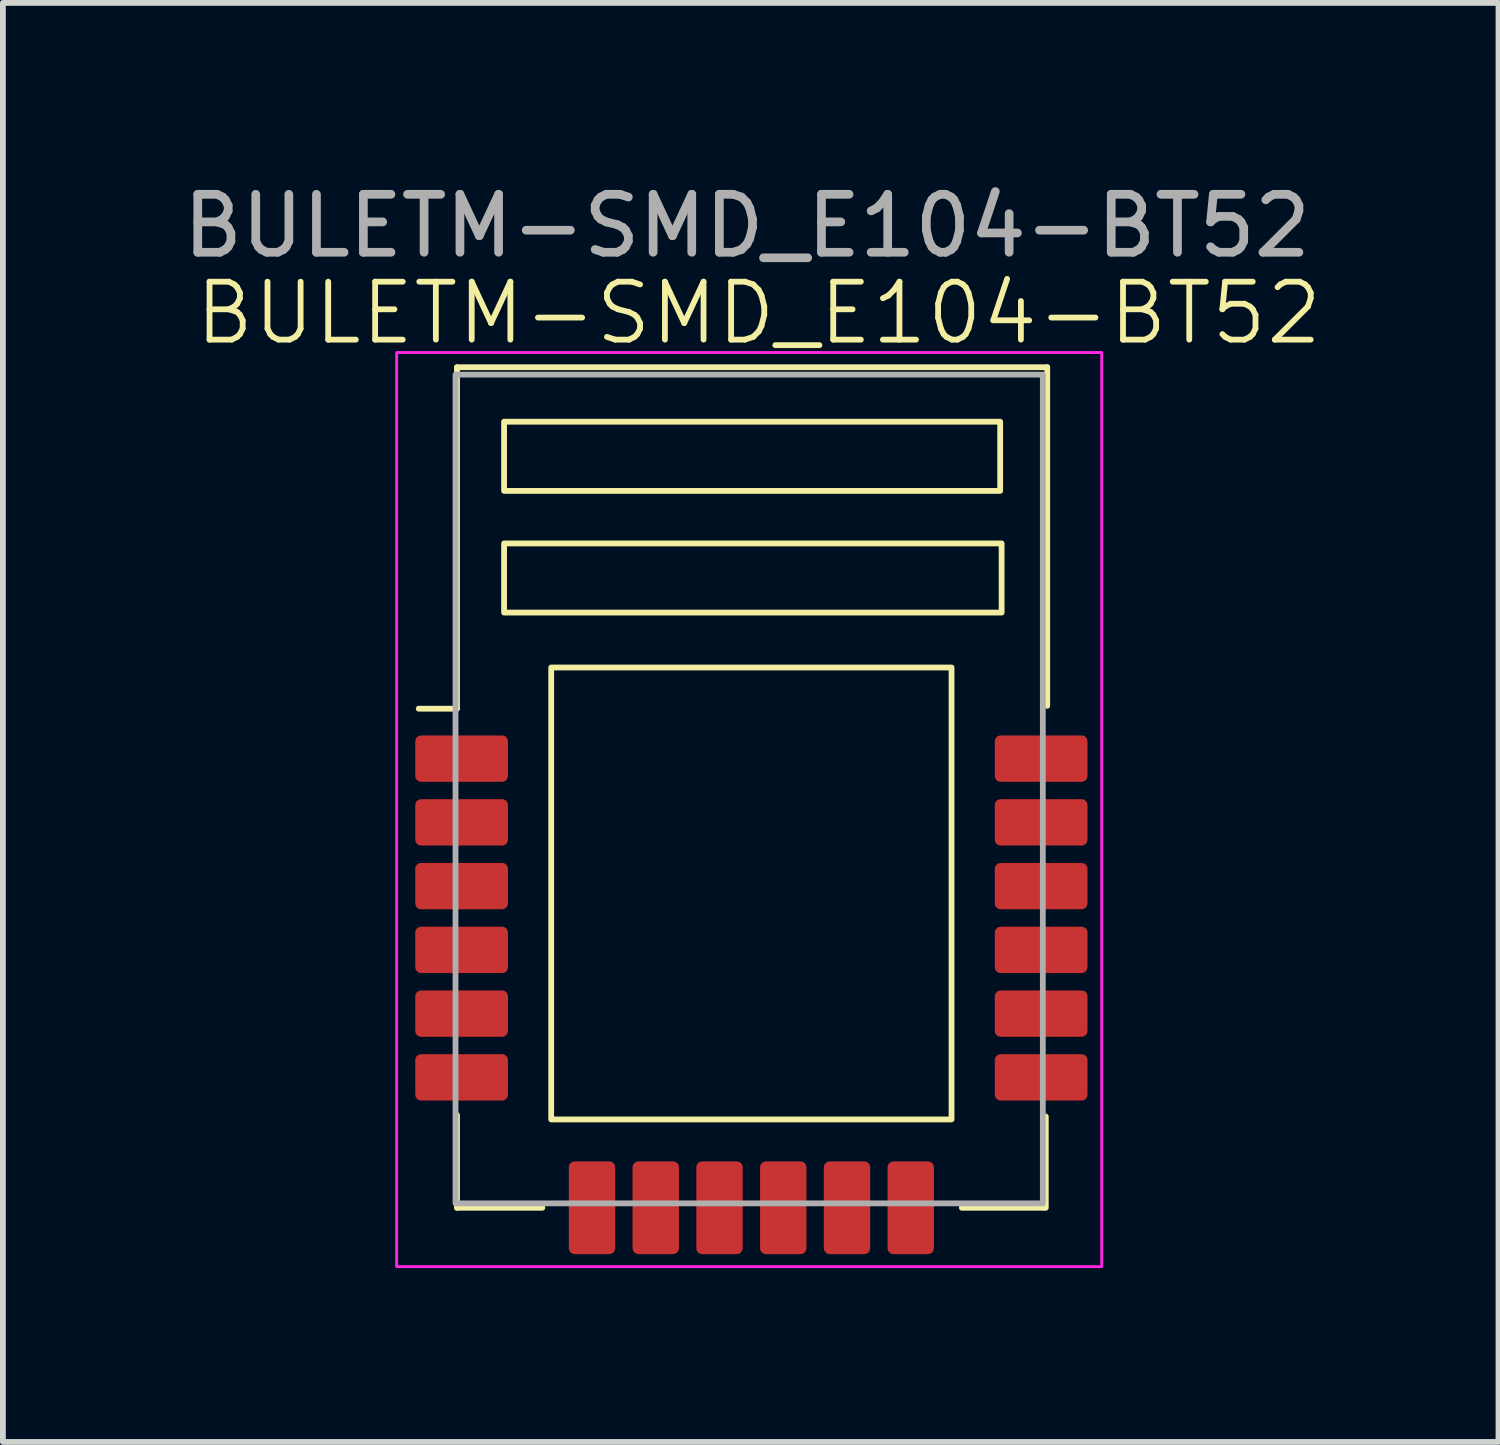
<source format=kicad_pcb>
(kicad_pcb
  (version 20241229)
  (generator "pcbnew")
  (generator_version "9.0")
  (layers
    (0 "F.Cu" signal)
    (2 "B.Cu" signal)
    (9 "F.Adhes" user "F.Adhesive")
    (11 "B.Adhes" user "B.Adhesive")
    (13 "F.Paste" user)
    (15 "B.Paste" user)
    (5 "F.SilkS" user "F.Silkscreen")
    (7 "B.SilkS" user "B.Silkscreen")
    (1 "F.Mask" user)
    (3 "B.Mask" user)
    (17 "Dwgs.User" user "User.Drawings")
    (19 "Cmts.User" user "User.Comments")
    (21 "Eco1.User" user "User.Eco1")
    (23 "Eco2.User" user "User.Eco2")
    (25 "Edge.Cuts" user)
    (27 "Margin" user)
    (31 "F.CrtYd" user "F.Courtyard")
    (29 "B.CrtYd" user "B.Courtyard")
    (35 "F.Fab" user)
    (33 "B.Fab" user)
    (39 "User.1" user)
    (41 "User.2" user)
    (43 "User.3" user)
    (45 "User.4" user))
  (footprint "BULETM-SMD_E104-BT52"
    (layer "F.Cu")
    (at 9.915 17.79)
    (property "Reference" "BULETM-SMD_E104-BT52" (at 0.127 -15.437 0) (unlocked yes) (layer "F.SilkS") (effects (font (size 1 1) (thickness 0.1))))
    (attr smd)
    (fp_line (start -5.74 -8.611) (end -5.08 -8.611) (stroke (width 0.1) (type default)) (layer "F.SilkS"))
    (fp_line (start -5.08 -14.503) (end 5.105 -14.503) (stroke (width 0.1) (type default)) (layer "F.SilkS"))
    (fp_line (start -5.08 -8.611) (end -5.08 -14.503) (stroke (width 0.1) (type default)) (layer "F.SilkS"))
    (fp_line (start -5.08 -1.6) (end -5.08 0) (stroke (width 0.1) (type default)) (layer "F.SilkS"))
    (fp_line (start -5.08 0) (end -3.607 0) (stroke (width 0.1) (type default)) (layer "F.SilkS"))
    (fp_line (start 3.632 0) (end 5.055 0) (stroke (width 0.1) (type default)) (layer "F.SilkS"))
    (fp_line (start 5.08 -1.575) (end 5.08 0) (stroke (width 0.1) (type default)) (layer "F.SilkS"))
    (fp_line (start 5.105 -8.661) (end 5.105 -14.503) (stroke (width 0.1) (type default)) (layer "F.SilkS"))
    (fp_rect (start -4.267 -13.564) (end 4.293 -12.37) (stroke (width 0.1) (type default)) (fill no) (layer "F.SilkS"))
    (fp_rect (start -4.267 -11.463) (end 4.318 -10.27) (stroke (width 0.1) (type default)) (fill no) (layer "F.SilkS"))
    (fp_rect (start -3.454 -9.322) (end 3.454 -1.524) (stroke (width 0.1) (type default)) (fill no) (layer "F.SilkS"))
    (fp_rect (start -6.121 -14.757) (end 6.045 1.016) (stroke (width 0.05) (type default)) (fill no) (layer "F.CrtYd"))
    (fp_rect (start -5.105 -14.376) (end 5.029 -0.076) (stroke (width 0.1) (type default)) (fill no) (layer "F.Fab"))
    (fp_text user "${REFERENCE}" (at -0.076 -16.942 0) (unlocked yes) (layer "F.Fab") (effects (font (size 1 1) (thickness 0.15))))
    (pad "1" smd roundrect (at -5 -7.75) (size 1.6 0.8) (layers "F.Cu" "F.Mask" "F.Paste") (roundrect_rratio 0.125))
    (pad "2" smd roundrect (at -5 -6.65) (size 1.6 0.8) (layers "F.Cu" "F.Mask" "F.Paste") (roundrect_rratio 0.125))
    (pad "3" smd roundrect (at -5 -5.55) (size 1.6 0.8) (layers "F.Cu" "F.Mask" "F.Paste") (roundrect_rratio 0.125))
    (pad "4" smd roundrect (at -5 -4.45) (size 1.6 0.8) (layers "F.Cu" "F.Mask" "F.Paste") (roundrect_rratio 0.125))
    (pad "5" smd roundrect (at -5 -3.35) (size 1.6 0.8) (layers "F.Cu" "F.Mask" "F.Paste") (roundrect_rratio 0.125))
    (pad "6" smd roundrect (at -5 -2.25) (size 1.6 0.8) (layers "F.Cu" "F.Mask" "F.Paste") (roundrect_rratio 0.125))
    (pad "7" smd roundrect (at -2.75 0) (size 0.8 1.6) (layers "F.Cu" "F.Mask" "F.Paste") (roundrect_rratio 0.125))
    (pad "8" smd roundrect (at -1.65 0) (size 0.8 1.6) (layers "F.Cu" "F.Mask" "F.Paste") (roundrect_rratio 0.125))
    (pad "9" smd roundrect (at -0.55 0) (size 0.8 1.6) (layers "F.Cu" "F.Mask" "F.Paste") (roundrect_rratio 0.125))
    (pad "10" smd roundrect (at 0.55 0) (size 0.8 1.6) (layers "F.Cu" "F.Mask" "F.Paste") (roundrect_rratio 0.125))
    (pad "11" smd roundrect (at 1.65 0) (size 0.8 1.6) (layers "F.Cu" "F.Mask" "F.Paste") (roundrect_rratio 0.125))
    (pad "12" smd roundrect (at 2.75 0) (size 0.8 1.6) (layers "F.Cu" "F.Mask" "F.Paste") (roundrect_rratio 0.125))
    (pad "13" smd roundrect (at 5 -2.25) (size 1.6 0.8) (layers "F.Cu" "F.Mask" "F.Paste") (roundrect_rratio 0.125))
    (pad "14" smd roundrect (at 5 -3.35) (size 1.6 0.8) (layers "F.Cu" "F.Mask" "F.Paste") (roundrect_rratio 0.125))
    (pad "15" smd roundrect (at 5 -4.45) (size 1.6 0.8) (layers "F.Cu" "F.Mask" "F.Paste") (roundrect_rratio 0.125))
    (pad "16" smd roundrect (at 5 -5.55) (size 1.6 0.8) (layers "F.Cu" "F.Mask" "F.Paste") (roundrect_rratio 0.125))
    (pad "17" smd roundrect (at 5 -6.65) (size 1.6 0.8) (layers "F.Cu" "F.Mask" "F.Paste") (roundrect_rratio 0.125))
    (pad "18" smd roundrect (at 5 -7.75) (size 1.6 0.8) (layers "F.Cu" "F.Mask" "F.Paste") (roundrect_rratio 0.125)))
  (gr_rect
    (start -3 -3)
    (end 22.807 21.831)
    (stroke (width 0.1) (type default))
    (fill no)
    (layer "Edge.Cuts")))
</source>
